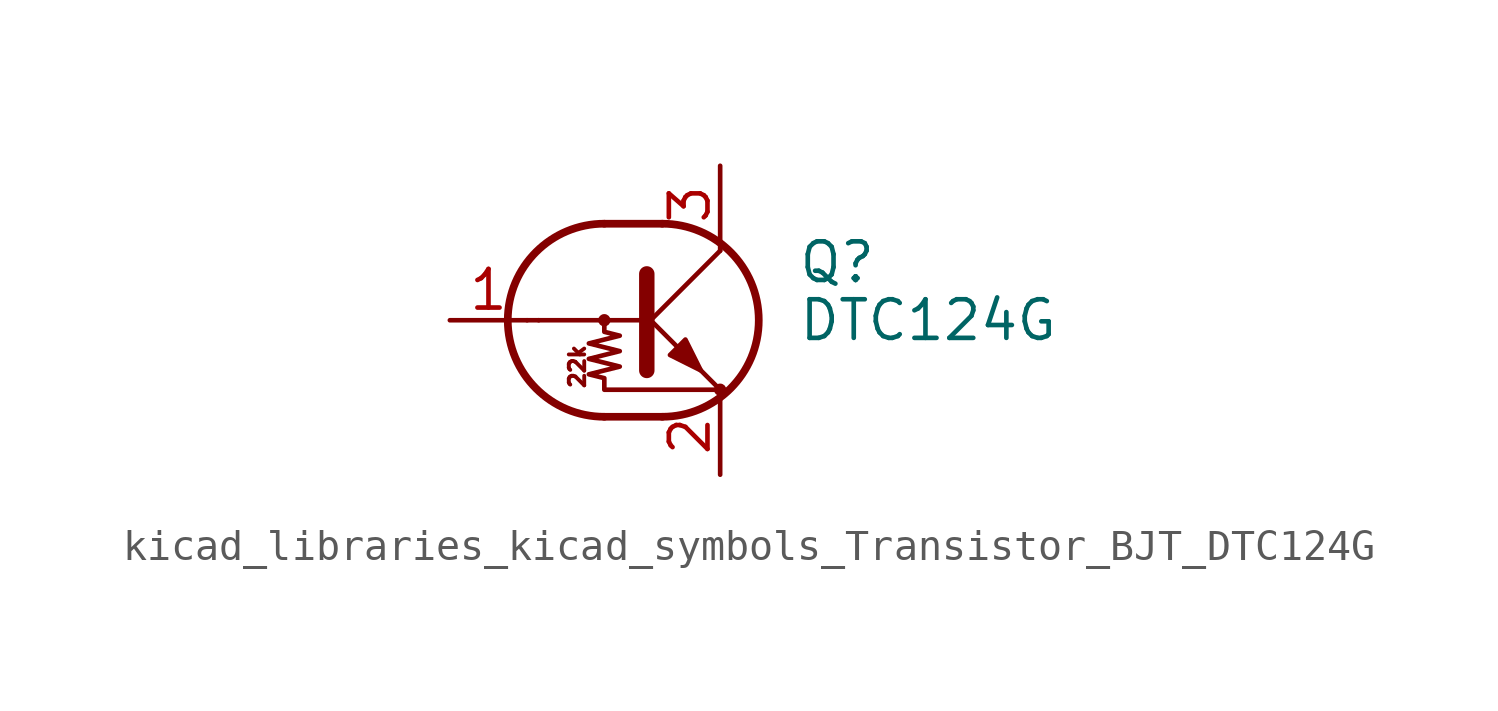
<source format=kicad_sym>
(kicad_symbol_lib
  (version 20220914)
  (generator kicad_symbol_editor)
  (symbol "kicad_libraries_kicad_symbols_Transistor_BJT_DTC124G"
    (pin_names
      (offset 0) hide)
    (property "Reference" "Q"
      (at 5.08 1.905 0)
      (effects (font (size 1.27 1.27)) (justify left)))
    (property "Value" "DTC124G"
      (at 5.08 0 0)
      (effects (font (size 1.27 1.27)) (justify left)))
    (symbol "kicad_libraries_kicad_symbols_Transistor_BJT_DTC124G_0_0"
      (polyline (pts (xy -3.429 0) (xy 0 0)) (stroke (width 0) (type default)) (fill (type none)))
      (text "22k" (at -2.159 -1.524 900) (effects (font (size 0.508 0.508)))))
    (symbol "kicad_libraries_kicad_symbols_Transistor_BJT_DTC124G_0_1"
      (circle (center -1.27 0) (radius 0.127) (stroke (width 0) (type default)) (fill (type none)))
      (arc (start -1.27 3.175) (mid -4.4312 0) (end -1.27 -3.175) (stroke (width 0.254) (type default)) (fill (type none)))
      (polyline (pts (xy -3.429 0) (xy -3.81 0)) (stroke (width 0) (type default)) (fill (type none)))
      (polyline (pts (xy -1.27 -3.175) (xy 0.635 -3.175)) (stroke (width 0.254) (type default)) (fill (type none)))
      (polyline (pts (xy -1.27 3.175) (xy 0.635 3.175)) (stroke (width 0.254) (type default)) (fill (type none)))
      (polyline (pts (xy 0 -0.254) (xy 2.54 2.286)) (stroke (width 0) (type default)) (fill (type none)))
      (polyline (pts (xy 0.127 1.524) (xy 0.127 -1.651)) (stroke (width 0.508) (type default)) (fill (type outline)))
      (polyline (pts (xy 2.54 2.286) (xy 2.54 2.54)) (stroke (width 0) (type default)) (fill (type none)))
      (polyline (pts (xy 2.54 -2.286) (xy 0 0.254) (xy 0 0.254)) (stroke (width 0) (type default)) (fill (type none)))
      (polyline (pts (xy 0.889 -1.143) (xy 1.397 -0.635) (xy 1.905 -1.651) (xy 0.889 -1.143)) (stroke (width 0) (type default)) (fill (type outline)))
      (polyline (pts (xy -1.27 0) (xy -1.27 -0.381) (xy -0.762 -0.508) (xy -1.778 -0.762) (xy -0.762 -1.016) (xy -1.778 -1.27) (xy -0.762 -1.524) (xy -1.778 -1.778) (xy -1.27 -1.905) (xy -1.27 -2.286) (xy 2.54 -2.286)) (stroke (width 0) (type default)) (fill (type none)))
      (arc (start 0.635 -3.175) (mid 3.7962 0) (end 0.635 3.175) (stroke (width 0.254) (type default)) (fill (type none)))
      (circle (center 2.54 -2.286) (radius 0.127) (stroke (width 0) (type default)) (fill (type none))))
    (symbol "kicad_libraries_kicad_symbols_Transistor_BJT_DTC124G_1_1"
      (pin input line (at -6.35 0 0) (length 2.54) (name "B" (effects (font (size 1.27 1.27)))) (number "1" (effects (font (size 1.27 1.27)))))
      (pin passive line (at 2.54 -5.08 90) (length 2.54) (name "E" (effects (font (size 1.27 1.27)))) (number "2" (effects (font (size 1.27 1.27)))))
      (pin passive line (at 2.54 5.08 270) (length 2.54) (name "C" (effects (font (size 1.27 1.27)))) (number "3" (effects (font (size 1.27 1.27))))))))
</source>
